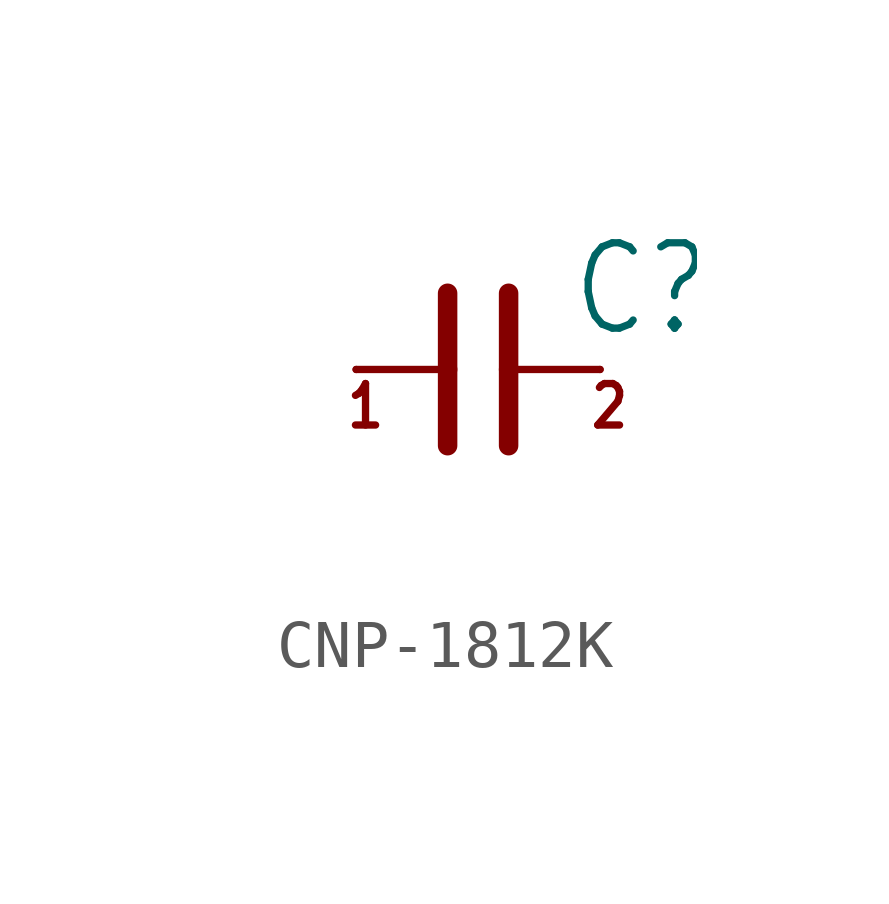
<source format=kicad_sym>
(kicad_symbol_lib
  (version 20241209)
  (generator "kicad_symbol_editor")
  (generator_version "9.0")
  (symbol "CNP-1812K"
    (property "Reference" "C"
      (at 1.905 0.635 0)
      (effects (font (size 1.778 1.511)) (justify left bottom)))
    (property "Value" ""
      (at -5.08 -4.128 0)
      (effects (font (size 1.778 1.511)) (justify left bottom)))
    (property "ki_locked" ""
      (at 0 0 0)
      (effects (font (size 1.27 1.27))))
    (symbol "CNP-1812K_1_0"
      (polyline (pts (xy -2.54 0) (xy -0.635 0)) (stroke (width 0.152) (type solid)) (fill (type none)))
      (polyline (pts (xy -0.635 1.587) (xy -0.635 0)) (stroke (width 0.406) (type solid)) (fill (type none)))
      (polyline (pts (xy -0.635 0) (xy -0.635 -1.587)) (stroke (width 0.406) (type solid)) (fill (type none)))
      (polyline (pts (xy 0.635 1.587) (xy 0.635 0)) (stroke (width 0.406) (type solid)) (fill (type none)))
      (polyline (pts (xy 0.635 0) (xy 0.635 -1.587)) (stroke (width 0.406) (type solid)) (fill (type none)))
      (polyline (pts (xy 2.54 0) (xy 0.635 0)) (stroke (width 0.152) (type solid)) (fill (type none)))
      (text "1" (at -2.794 -1.27 0) (effects (font (size 0.864 0.734)) (justify left bottom)))
      (text "2" (at 2.286 -1.27 0) (effects (font (size 0.864 0.734)) (justify left bottom)))
      (pin passive line (at -2.54 0 0) (length 0) (name "1" (effects (font (size 0 0)))) (number "1" (effects (font (size 0 0)))))
      (pin passive line (at 2.54 0 180) (length 0) (name "2" (effects (font (size 0 0)))) (number "2" (effects (font (size 0 0))))))))
</source>
